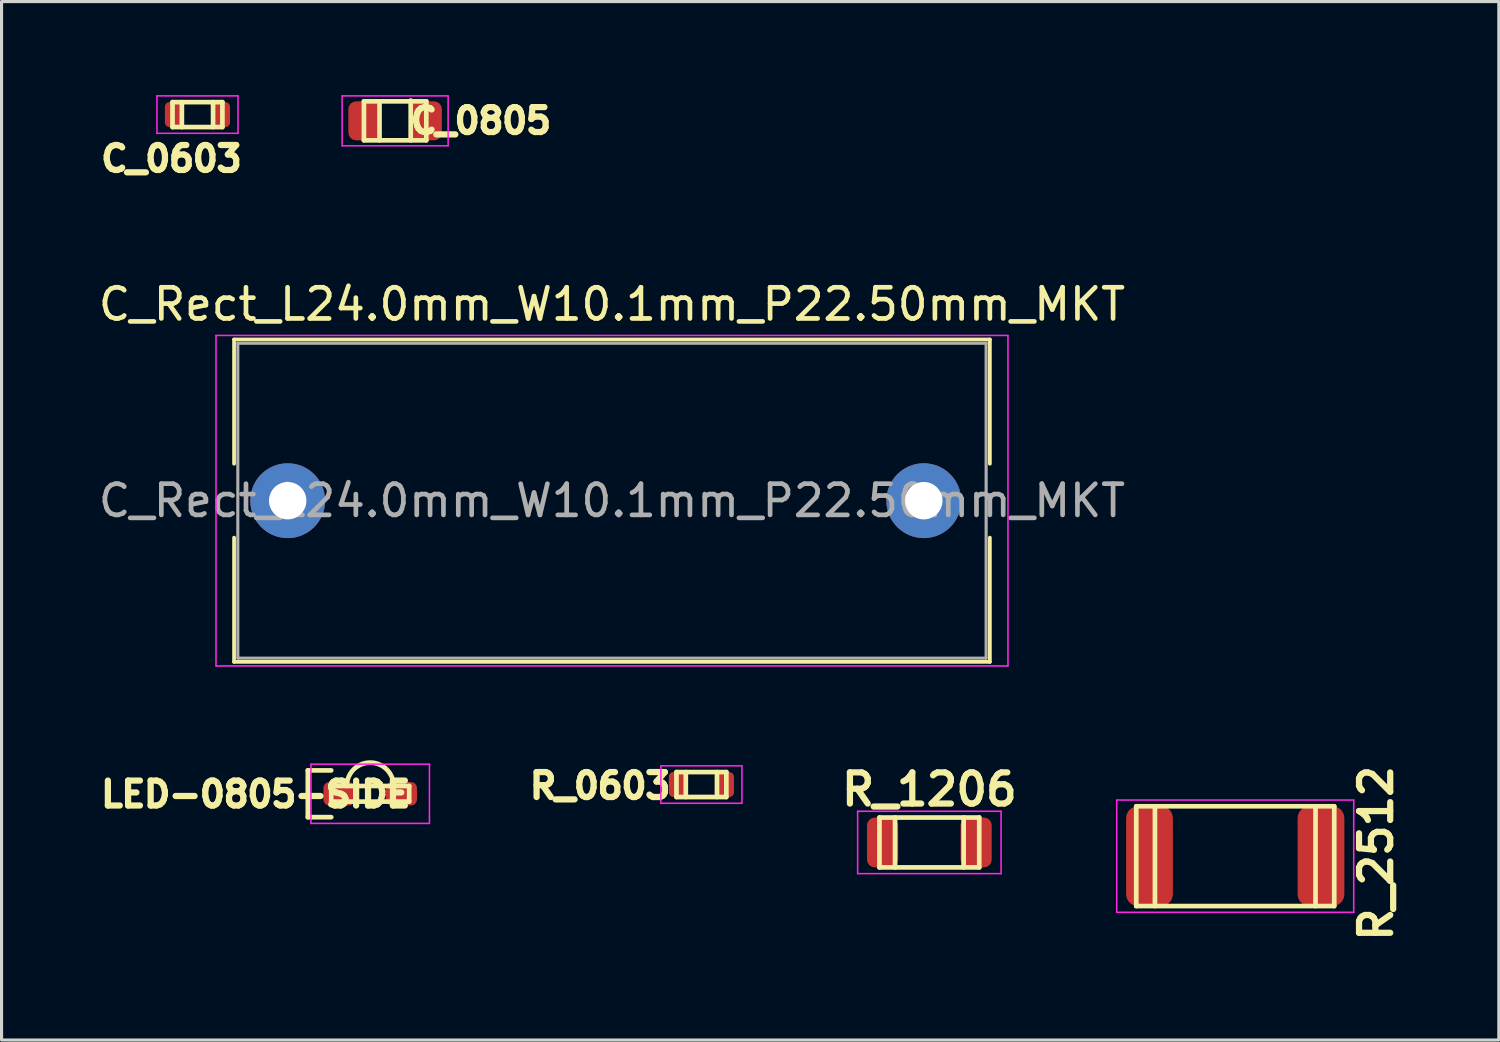
<source format=kicad_pcb>
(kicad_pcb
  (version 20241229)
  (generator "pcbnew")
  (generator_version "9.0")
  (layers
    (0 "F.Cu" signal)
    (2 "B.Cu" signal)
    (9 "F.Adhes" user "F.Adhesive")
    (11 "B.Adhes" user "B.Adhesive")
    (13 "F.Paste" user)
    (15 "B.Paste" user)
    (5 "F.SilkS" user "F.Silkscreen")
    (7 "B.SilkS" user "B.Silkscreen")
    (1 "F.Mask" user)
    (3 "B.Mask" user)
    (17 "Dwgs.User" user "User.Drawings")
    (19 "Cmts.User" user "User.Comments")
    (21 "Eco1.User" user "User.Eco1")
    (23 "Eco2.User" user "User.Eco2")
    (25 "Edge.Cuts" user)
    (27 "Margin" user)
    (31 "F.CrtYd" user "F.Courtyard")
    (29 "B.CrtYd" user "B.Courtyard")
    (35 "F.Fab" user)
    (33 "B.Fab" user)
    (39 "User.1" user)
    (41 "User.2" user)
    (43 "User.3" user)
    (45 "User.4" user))
  (footprint "C_0603"
    (layer "F.Cu")
    (at 3.283 0.625)
    (property "Reference" "C_0603" (at -0.834 1.416 0) (layer "F.SilkS") (effects (font (size 0.8 0.8) (thickness 0.2))))
    (attr smd)
    (fp_line (start -0.8 -0.4) (end -0.8 0.4) (stroke (width 0.15) (type solid)) (layer "F.SilkS"))
    (fp_line (start -0.8 0.4) (end 0.8 0.4) (stroke (width 0.15) (type solid)) (layer "F.SilkS"))
    (fp_line (start -0.5 -0.4) (end -0.5 0.4) (stroke (width 0.15) (type solid)) (layer "F.SilkS"))
    (fp_line (start 0.5 -0.4) (end 0.5 0.4) (stroke (width 0.15) (type solid)) (layer "F.SilkS"))
    (fp_line (start 0.8 -0.4) (end -0.8 -0.4) (stroke (width 0.15) (type solid)) (layer "F.SilkS"))
    (fp_line (start 0.8 0.4) (end 0.8 -0.4) (stroke (width 0.15) (type solid)) (layer "F.SilkS"))
    (fp_line (start -1.3 -0.6) (end -1.3 0.6) (stroke (width 0.05) (type solid)) (layer "F.CrtYd"))
    (fp_line (start -1.3 -0.6) (end 1.3 -0.6) (stroke (width 0.05) (type solid)) (layer "F.CrtYd"))
    (fp_line (start -1.3 0.6) (end 1.3 0.6) (stroke (width 0.05) (type solid)) (layer "F.CrtYd"))
    (fp_line (start 1.3 -0.6) (end 1.3 0.6) (stroke (width 0.05) (type solid)) (layer "F.CrtYd"))
    (pad "1" smd roundrect (at -0.75 0) (size 0.59 0.8) (layers "F.Cu" "F.Mask" "F.Paste") (roundrect_rratio 0.25))
    (pad "2" smd roundrect (at 0.75 0) (size 0.59 0.8) (layers "F.Cu" "F.Mask" "F.Paste") (roundrect_rratio 0.25)))
  (footprint "LED-0805-SIDE"
    (layer "F.Cu")
    (at 8.823 22.408)
    (property "Reference" "LED-0805-SIDE" (at -3.67 0.016 0) (layer "F.SilkS") (effects (font (size 0.8 0.8) (thickness 0.2))))
    (attr smd)
    (fp_line (start -2 0.75) (end -2 -0.75) (stroke (width 0.15) (type solid)) (layer "F.SilkS"))
    (fp_line (start -1.25 -0.75) (end -2 -0.75) (stroke (width 0.15) (type solid)) (layer "F.SilkS"))
    (fp_line (start -1.25 -0.25) (end -1.25 0.25) (stroke (width 0.15) (type solid)) (layer "F.SilkS"))
    (fp_line (start -1.25 0.25) (end 1.25 0.25) (stroke (width 0.15) (type solid)) (layer "F.SilkS"))
    (fp_line (start -1.25 0.75) (end -2 0.75) (stroke (width 0.15) (type solid)) (layer "F.SilkS"))
    (fp_line (start 1.25 -0.25) (end -1.25 -0.25) (stroke (width 0.15) (type solid)) (layer "F.SilkS"))
    (fp_line (start 1.25 0.25) (end 1.25 -0.25) (stroke (width 0.15) (type solid)) (layer "F.SilkS"))
    (fp_arc (start -0.75 -0.25) (mid 0 -1) (end 0.75 -0.25) (stroke (width 0.15) (type solid)) (layer "F.SilkS"))
    (fp_line (start -1.9 -0.95) (end 1.9 -0.95) (stroke (width 0.05) (type solid)) (layer "F.CrtYd"))
    (fp_line (start -1.9 0.95) (end -1.9 -0.95) (stroke (width 0.05) (type solid)) (layer "F.CrtYd"))
    (fp_line (start 1.9 -0.95) (end 1.9 0.95) (stroke (width 0.05) (type solid)) (layer "F.CrtYd"))
    (fp_line (start 1.9 0.95) (end -1.9 0.95) (stroke (width 0.05) (type solid)) (layer "F.CrtYd"))
    (pad "1" smd roundrect (at -1 0 180) (size 1 0.75) (layers "F.Cu" "F.Mask" "F.Paste") (roundrect_rratio 0.25))
    (pad "2" smd roundrect (at 1 0 180) (size 1 0.75) (layers "F.Cu" "F.Mask" "F.Paste") (roundrect_rratio 0.25)))
  (footprint "C_0805"
    (layer "F.Cu")
    (at 9.622 0.825)
    (property "Reference" "C_0805" (at 2.75 0 0) (layer "F.SilkS") (effects (font (size 0.8 0.8) (thickness 0.2))))
    (attr smd)
    (fp_line (start -1 -0.625) (end -1 0.625) (stroke (width 0.15) (type solid)) (layer "F.SilkS"))
    (fp_line (start -1 0.625) (end 1 0.625) (stroke (width 0.15) (type solid)) (layer "F.SilkS"))
    (fp_line (start -0.5 -0.625) (end -0.5 0.625) (stroke (width 0.15) (type solid)) (layer "F.SilkS"))
    (fp_line (start 0.5 -0.65) (end 0.5 0.625) (stroke (width 0.15) (type solid)) (layer "F.SilkS"))
    (fp_line (start 1 -0.625) (end -1 -0.625) (stroke (width 0.15) (type solid)) (layer "F.SilkS"))
    (fp_line (start 1 0.625) (end 1 -0.625) (stroke (width 0.15) (type solid)) (layer "F.SilkS"))
    (fp_line (start -1.7 -0.8) (end -1.7 0.8) (stroke (width 0.05) (type solid)) (layer "F.CrtYd"))
    (fp_line (start -1.7 -0.8) (end 1.7 -0.8) (stroke (width 0.05) (type solid)) (layer "F.CrtYd"))
    (fp_line (start -1.7 0.8) (end 1.7 0.8) (stroke (width 0.05) (type solid)) (layer "F.CrtYd"))
    (fp_line (start 1.7 -0.8) (end 1.7 0.8) (stroke (width 0.05) (type solid)) (layer "F.CrtYd"))
    (pad "1" smd roundrect (at -1 0) (size 1 1.25) (layers "F.Cu" "F.Mask" "F.Paste") (roundrect_rratio 0.25))
    (pad "2" smd roundrect (at 1 0) (size 1 1.25) (layers "F.Cu" "F.Mask" "F.Paste") (roundrect_rratio 0.25)))
  (footprint "C_Rect_L24.0mm_W10.1mm_P22.50mm_MKT"
    (layer "F.Cu")
    (at 5.327 13.008)
    (property "Reference" "C_Rect_L24.0mm_W10.1mm_P22.50mm_MKT" (at 11.25 -6.3 0) (layer "F.SilkS") (effects (font (size 1 1) (thickness 0.15))))
    (attr through_hole)
    (fp_line (start -0.87 -5.17) (end -0.87 -1.185) (stroke (width 0.12) (type solid)) (layer "F.SilkS"))
    (fp_line (start -0.87 -5.17) (end 23.37 -5.17) (stroke (width 0.12) (type solid)) (layer "F.SilkS"))
    (fp_line (start -0.87 1.185) (end -0.87 5.17) (stroke (width 0.12) (type solid)) (layer "F.SilkS"))
    (fp_line (start -0.87 5.17) (end 23.37 5.17) (stroke (width 0.12) (type solid)) (layer "F.SilkS"))
    (fp_line (start 23.37 -5.17) (end 23.37 -1.185) (stroke (width 0.12) (type solid)) (layer "F.SilkS"))
    (fp_line (start 23.37 1.185) (end 23.37 5.17) (stroke (width 0.12) (type solid)) (layer "F.SilkS"))
    (fp_line (start -1.45 -5.3) (end -1.45 5.3) (stroke (width 0.05) (type solid)) (layer "F.CrtYd"))
    (fp_line (start -1.45 5.3) (end 23.95 5.3) (stroke (width 0.05) (type solid)) (layer "F.CrtYd"))
    (fp_line (start 23.95 -5.3) (end -1.45 -5.3) (stroke (width 0.05) (type solid)) (layer "F.CrtYd"))
    (fp_line (start 23.95 5.3) (end 23.95 -5.3) (stroke (width 0.05) (type solid)) (layer "F.CrtYd"))
    (fp_line (start -0.75 -5.05) (end -0.75 5.05) (stroke (width 0.1) (type solid)) (layer "F.Fab"))
    (fp_line (start -0.75 5.05) (end 23.25 5.05) (stroke (width 0.1) (type solid)) (layer "F.Fab"))
    (fp_line (start 23.25 -5.05) (end -0.75 -5.05) (stroke (width 0.1) (type solid)) (layer "F.Fab"))
    (fp_line (start 23.25 5.05) (end 23.25 -5.05) (stroke (width 0.1) (type solid)) (layer "F.Fab"))
    (fp_text user "${REFERENCE}" (at 11.25 0 0) (layer "F.Fab") (effects (font (size 1 1) (thickness 0.15))))
    (pad "1" thru_hole circle (at 0.85 0) (size 2.4 2.4) (drill 1.2) (layers "*.Cu" "*.Mask"))
    (pad "2" thru_hole circle (at 21.25 0) (size 2.4 2.4) (drill 1.2) (layers "*.Cu" "*.Mask")))
  (footprint "R_1206"
    (layer "F.Cu")
    (at 26.756 23.969)
    (property "Reference" "R_1206" (at 0 -1.7 0) (layer "F.SilkS") (effects (font (size 1 1) (thickness 0.2))))
    (attr smd)
    (fp_line (start -1.6 -0.8) (end -1.6 0.8) (stroke (width 0.15) (type solid)) (layer "F.SilkS"))
    (fp_line (start -1.6 0.8) (end 1.6 0.8) (stroke (width 0.15) (type solid)) (layer "F.SilkS"))
    (fp_line (start -1.1 -0.8) (end -1.1 0.8) (stroke (width 0.15) (type solid)) (layer "F.SilkS"))
    (fp_line (start 1.1 -0.8) (end 1.1 0.8) (stroke (width 0.15) (type solid)) (layer "F.SilkS"))
    (fp_line (start 1.6 -0.8) (end -1.6 -0.8) (stroke (width 0.15) (type solid)) (layer "F.SilkS"))
    (fp_line (start 1.6 0.8) (end 1.6 -0.8) (stroke (width 0.15) (type solid)) (layer "F.SilkS"))
    (fp_line (start -2.3 -1) (end -2.3 1) (stroke (width 0.05) (type solid)) (layer "F.CrtYd"))
    (fp_line (start -2.3 -1) (end 2.3 -1) (stroke (width 0.05) (type solid)) (layer "F.CrtYd"))
    (fp_line (start -2.3 1) (end 2.3 1) (stroke (width 0.05) (type solid)) (layer "F.CrtYd"))
    (fp_line (start 2.3 -1) (end 2.3 1) (stroke (width 0.05) (type solid)) (layer "F.CrtYd"))
    (pad "1" smd roundrect (at -1.5 0) (size 1 1.6) (layers "F.Cu" "F.Mask" "F.Paste") (roundrect_rratio 0.25))
    (pad "2" smd roundrect (at 1.5 0) (size 1 1.6) (layers "F.Cu" "F.Mask" "F.Paste") (roundrect_rratio 0.25)))
  (footprint "R_2512"
    (layer "F.Cu")
    (at 36.566 24.409)
    (property "Reference" "R_2512" (at 4.518 -0.09 90) (layer "F.SilkS") (effects (font (size 1 1) (thickness 0.2))))
    (attr smd)
    (fp_line (start -3.175 -1.6) (end -3.175 1.6) (stroke (width 0.15) (type solid)) (layer "F.SilkS"))
    (fp_line (start -3.175 1.6) (end 3.175 1.6) (stroke (width 0.15) (type solid)) (layer "F.SilkS"))
    (fp_line (start -2.575 -1.6) (end -2.575 1.6) (stroke (width 0.15) (type solid)) (layer "F.SilkS"))
    (fp_line (start 2.575 1.6) (end 2.575 -1.6) (stroke (width 0.15) (type solid)) (layer "F.SilkS"))
    (fp_line (start 3.175 -1.6) (end -3.175 -1.6) (stroke (width 0.15) (type solid)) (layer "F.SilkS"))
    (fp_line (start 3.175 1.6) (end 3.175 -1.6) (stroke (width 0.15) (type solid)) (layer "F.SilkS"))
    (fp_line (start -3.8 -1.8) (end -3.8 1.8) (stroke (width 0.05) (type solid)) (layer "F.CrtYd"))
    (fp_line (start -3.8 -1.8) (end 3.8 -1.8) (stroke (width 0.05) (type solid)) (layer "F.CrtYd"))
    (fp_line (start -3.8 1.8) (end 3.8 1.8) (stroke (width 0.05) (type solid)) (layer "F.CrtYd"))
    (fp_line (start 3.8 -1.8) (end 3.8 1.8) (stroke (width 0.05) (type solid)) (layer "F.CrtYd"))
    (pad "1" smd roundrect (at -2.75 0) (size 1.5 3.2) (layers "F.Cu" "F.Mask" "F.Paste") (roundrect_rratio 0.25))
    (pad "2" smd roundrect (at 2.75 0) (size 1.5 3.2) (layers "F.Cu" "F.Mask" "F.Paste") (roundrect_rratio 0.25)))
  (footprint "R_0603"
    (layer "F.Cu")
    (at 19.445 22.112)
    (property "Reference" "R_0603" (at -3.248 0.04 0) (layer "F.SilkS") (effects (font (size 0.8 0.8) (thickness 0.2))))
    (attr smd)
    (fp_line (start -0.8 -0.4) (end -0.8 0.4) (stroke (width 0.15) (type solid)) (layer "F.SilkS"))
    (fp_line (start -0.8 0.4) (end 0.8 0.4) (stroke (width 0.15) (type solid)) (layer "F.SilkS"))
    (fp_line (start -0.5 -0.4) (end -0.5 0.4) (stroke (width 0.15) (type solid)) (layer "F.SilkS"))
    (fp_line (start 0.5 -0.4) (end 0.5 0.4) (stroke (width 0.15) (type solid)) (layer "F.SilkS"))
    (fp_line (start 0.8 -0.4) (end -0.8 -0.4) (stroke (width 0.15) (type solid)) (layer "F.SilkS"))
    (fp_line (start 0.8 0.4) (end 0.8 -0.4) (stroke (width 0.15) (type solid)) (layer "F.SilkS"))
    (fp_line (start -1.3 -0.6) (end -1.3 0.6) (stroke (width 0.05) (type solid)) (layer "F.CrtYd"))
    (fp_line (start -1.3 -0.6) (end 1.3 -0.6) (stroke (width 0.05) (type solid)) (layer "F.CrtYd"))
    (fp_line (start -1.3 0.6) (end 1.3 0.6) (stroke (width 0.05) (type solid)) (layer "F.CrtYd"))
    (fp_line (start 1.3 -0.6) (end 1.3 0.6) (stroke (width 0.05) (type solid)) (layer "F.CrtYd"))
    (pad "1" smd roundrect (at -0.75 0) (size 0.59 0.8) (layers "F.Cu" "F.Mask" "F.Paste") (roundrect_rratio 0.25))
    (pad "2" smd roundrect (at 0.75 0) (size 0.59 0.8) (layers "F.Cu" "F.Mask" "F.Paste") (roundrect_rratio 0.25)))
  (gr_rect
    (start -3 -3)
    (end 45.02 30.305)
    (stroke (width 0.1) (type default))
    (fill no)
    (layer "Edge.Cuts")))
</source>
